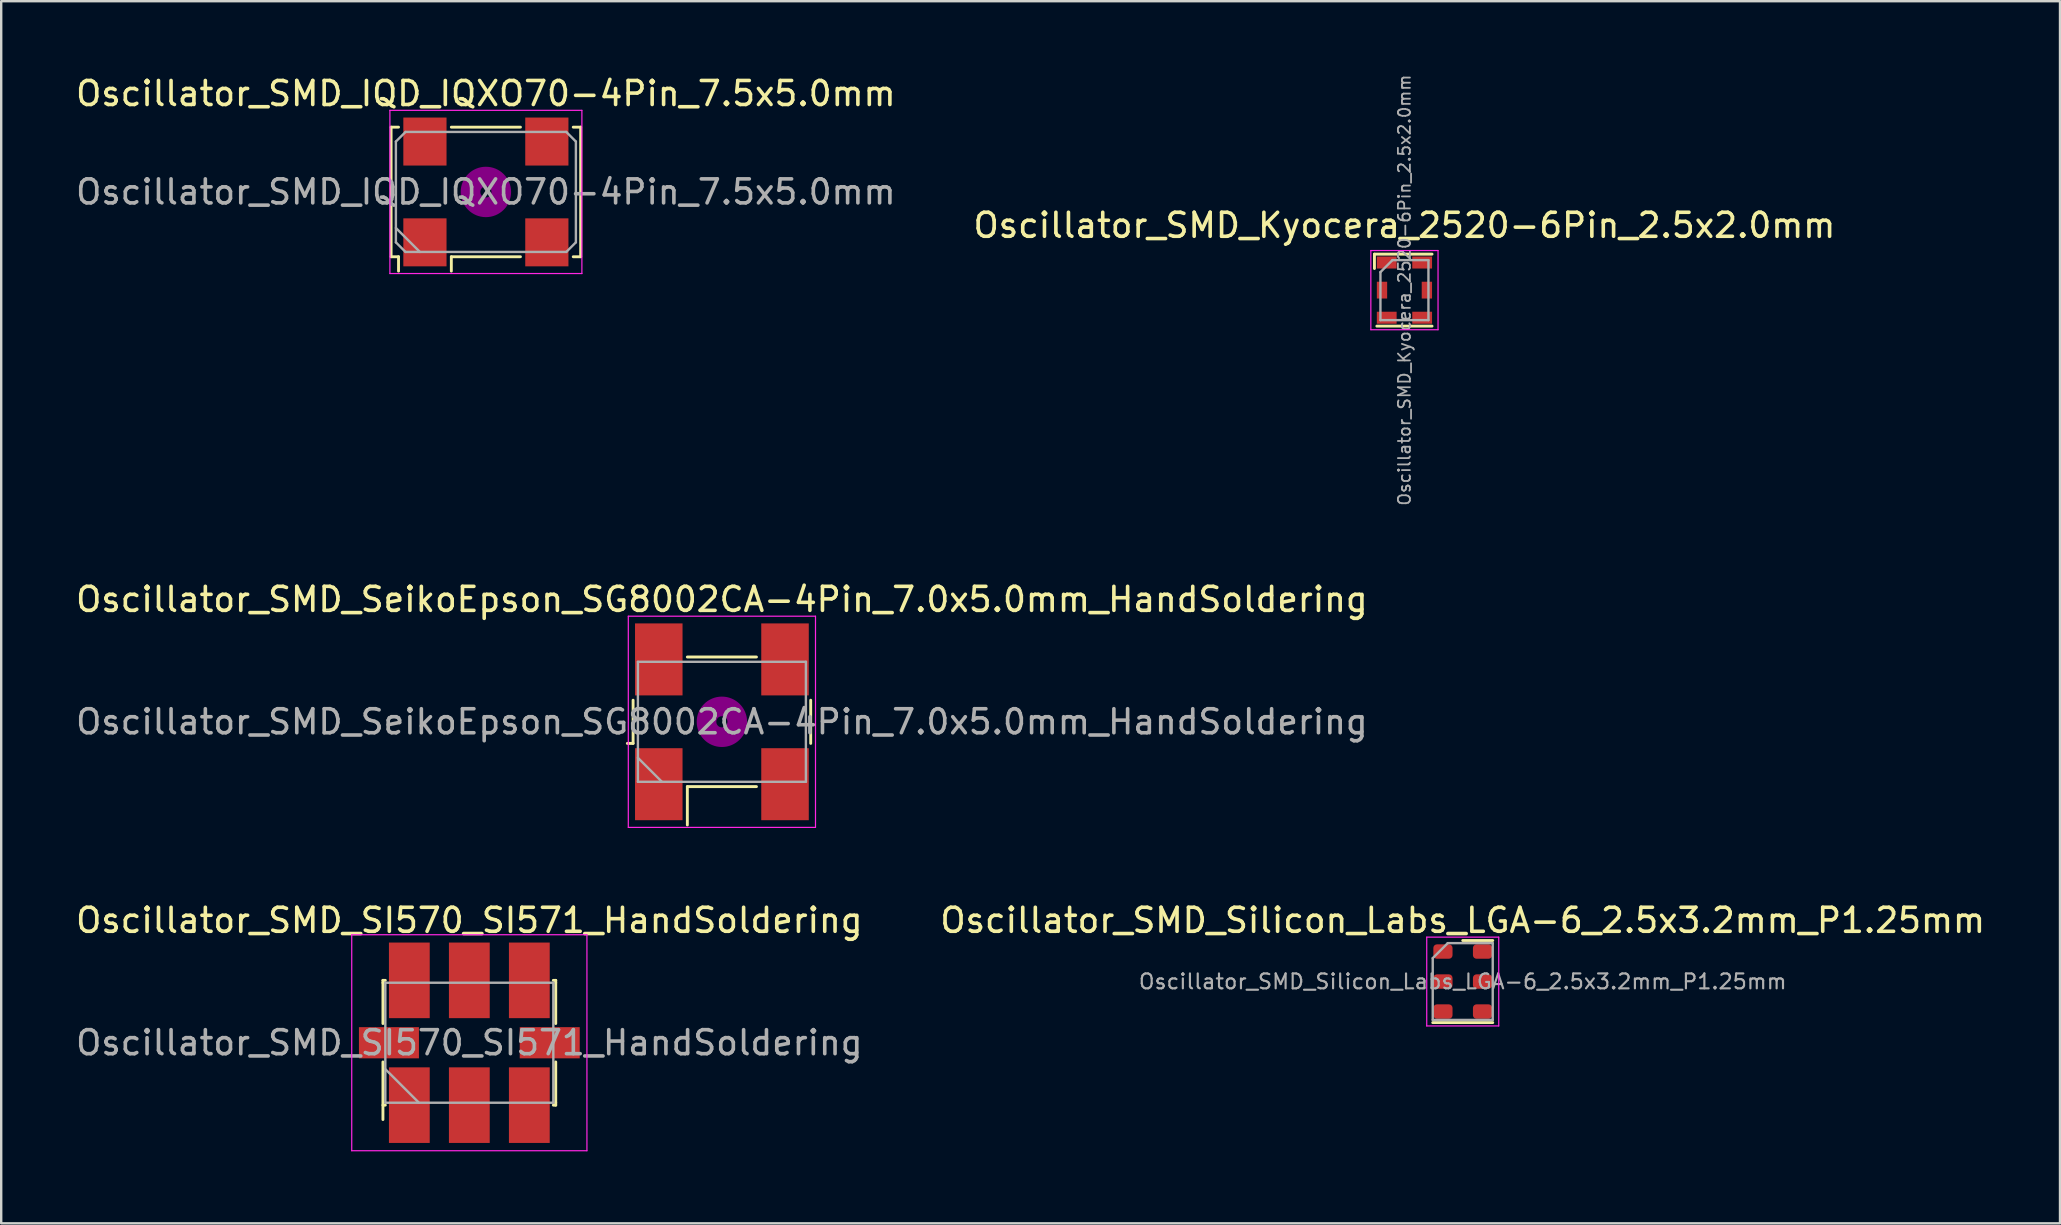
<source format=kicad_pcb>
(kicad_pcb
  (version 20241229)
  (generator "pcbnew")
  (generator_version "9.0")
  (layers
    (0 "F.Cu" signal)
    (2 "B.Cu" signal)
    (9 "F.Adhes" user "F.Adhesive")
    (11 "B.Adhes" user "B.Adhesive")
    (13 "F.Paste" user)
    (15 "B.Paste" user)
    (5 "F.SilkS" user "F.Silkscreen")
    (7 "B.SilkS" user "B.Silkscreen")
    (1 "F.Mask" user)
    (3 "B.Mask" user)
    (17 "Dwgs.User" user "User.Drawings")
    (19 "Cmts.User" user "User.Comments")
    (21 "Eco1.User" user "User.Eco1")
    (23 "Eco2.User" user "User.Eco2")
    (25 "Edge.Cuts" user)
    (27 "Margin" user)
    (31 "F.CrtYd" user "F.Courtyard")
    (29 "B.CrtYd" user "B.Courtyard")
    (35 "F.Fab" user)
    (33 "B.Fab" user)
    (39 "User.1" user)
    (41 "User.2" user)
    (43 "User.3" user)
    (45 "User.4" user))
  (footprint "Oscillator_SMD_Silicon_Labs_LGA-6_2.5x3.2mm_P1.25mm"
    (layer "F.Cu")
    (at 57.899 37.849)
    (property "Reference" "Oscillator_SMD_Silicon_Labs_LGA-6_2.5x3.2mm_P1.25mm" (at 0 -2.55 0) (layer "F.SilkS") (effects (font (size 1 1) (thickness 0.15))))
    (attr smd)
    (fp_line (start -1.25 1.71) (end 1.25 1.71) (stroke (width 0.12) (type solid)) (layer "F.SilkS"))
    (fp_line (start 0 -1.71) (end 1.25 -1.71) (stroke (width 0.12) (type solid)) (layer "F.SilkS"))
    (fp_line (start -1.5 -1.85) (end -1.5 1.85) (stroke (width 0.05) (type solid)) (layer "F.CrtYd"))
    (fp_line (start -1.5 1.85) (end 1.5 1.85) (stroke (width 0.05) (type solid)) (layer "F.CrtYd"))
    (fp_line (start 1.5 -1.85) (end -1.5 -1.85) (stroke (width 0.05) (type solid)) (layer "F.CrtYd"))
    (fp_line (start 1.5 1.85) (end 1.5 -1.85) (stroke (width 0.05) (type solid)) (layer "F.CrtYd"))
    (fp_line (start -1.25 -0.975) (end -0.625 -1.6) (stroke (width 0.1) (type solid)) (layer "F.Fab"))
    (fp_line (start -1.25 1.6) (end -1.25 -0.975) (stroke (width 0.1) (type solid)) (layer "F.Fab"))
    (fp_line (start -0.625 -1.6) (end 1.25 -1.6) (stroke (width 0.1) (type solid)) (layer "F.Fab"))
    (fp_line (start 1.25 -1.6) (end 1.25 1.6) (stroke (width 0.1) (type solid)) (layer "F.Fab"))
    (fp_line (start 1.25 1.6) (end -1.25 1.6) (stroke (width 0.1) (type solid)) (layer "F.Fab"))
    (fp_text user "${REFERENCE}" (at 0 0 0) (layer "F.Fab") (effects (font (size 0.62 0.62) (thickness 0.09))))
    (pad "1" smd roundrect (at -0.825 -1.25) (size 0.8 0.6) (layers "F.Cu" "F.Mask" "F.Paste") (roundrect_rratio 0.25))
    (pad "2" smd roundrect (at -0.825 0) (size 0.8 0.6) (layers "F.Cu" "F.Mask" "F.Paste") (roundrect_rratio 0.25))
    (pad "3" smd roundrect (at -0.825 1.25) (size 0.8 0.6) (layers "F.Cu" "F.Mask" "F.Paste") (roundrect_rratio 0.25))
    (pad "4" smd roundrect (at 0.825 1.25) (size 0.8 0.6) (layers "F.Cu" "F.Mask" "F.Paste") (roundrect_rratio 0.25))
    (pad "5" smd roundrect (at 0.825 0) (size 0.8 0.6) (layers "F.Cu" "F.Mask" "F.Paste") (roundrect_rratio 0.25))
    (pad "6" smd roundrect (at 0.825 -1.25) (size 0.8 0.6) (layers "F.Cu" "F.Mask" "F.Paste") (roundrect_rratio 0.25)))
  (footprint "Oscillator_SMD_Kyocera_2520-6Pin_2.5x2.0mm"
    (layer "F.Cu")
    (at 55.47 9.039)
    (property "Reference" "Oscillator_SMD_Kyocera_2520-6Pin_2.5x2.0mm" (at 0 -2.7 0) (layer "F.SilkS") (effects (font (size 1 1) (thickness 0.15))))
    (attr smd)
    (fp_line (start -1.25 -1.5) (end -1.25 -0.9) (stroke (width 0.12) (type solid)) (layer "F.SilkS"))
    (fp_line (start -1.15 1.5) (end 1.15 1.5) (stroke (width 0.12) (type solid)) (layer "F.SilkS"))
    (fp_line (start 1.15 -1.5) (end -1.25 -1.5) (stroke (width 0.12) (type solid)) (layer "F.SilkS"))
    (fp_line (start -1.4 -1.65) (end 1.4 -1.65) (stroke (width 0.05) (type solid)) (layer "F.CrtYd"))
    (fp_line (start -1.4 1.65) (end -1.4 -1.65) (stroke (width 0.05) (type solid)) (layer "F.CrtYd"))
    (fp_line (start 1.4 -1.65) (end 1.4 1.65) (stroke (width 0.05) (type solid)) (layer "F.CrtYd"))
    (fp_line (start 1.4 1.65) (end -1.4 1.65) (stroke (width 0.05) (type solid)) (layer "F.CrtYd"))
    (fp_line (start -1 -0.75) (end -0.5 -1.25) (stroke (width 0.1) (type solid)) (layer "F.Fab"))
    (fp_line (start -1 1.25) (end -1 -0.75) (stroke (width 0.1) (type solid)) (layer "F.Fab"))
    (fp_line (start -0.5 -1.25) (end 1 -1.25) (stroke (width 0.1) (type solid)) (layer "F.Fab"))
    (fp_line (start 1 -1.25) (end 1 1.25) (stroke (width 0.1) (type solid)) (layer "F.Fab"))
    (fp_line (start 1 1.25) (end -1 1.25) (stroke (width 0.1) (type solid)) (layer "F.Fab"))
    (fp_text user "${REFERENCE}" (at 0 0 90) (layer "F.Fab") (effects (font (size 0.5 0.5) (thickness 0.075))))
    (pad "1" smd rect (at -0.738 -1.15) (size 0.825 0.5) (layers "F.Cu" "F.Mask" "F.Paste"))
    (pad "2" smd rect (at -0.935 0) (size 0.43 0.7) (layers "F.Cu" "F.Mask" "F.Paste"))
    (pad "3" smd rect (at -0.738 1.15) (size 0.825 0.5) (layers "F.Cu" "F.Mask" "F.Paste"))
    (pad "4" smd rect (at 0.738 1.15) (size 0.825 0.5) (layers "F.Cu" "F.Mask" "F.Paste"))
    (pad "5" smd rect (at 0.935 0) (size 0.43 0.7) (layers "F.Cu" "F.Mask" "F.Paste"))
    (pad "6" smd rect (at 0.738 -1.15) (size 0.825 0.5) (layers "F.Cu" "F.Mask" "F.Paste")))
  (footprint "Oscillator_SMD_SI570_SI571_HandSoldering"
    (layer "F.Cu")
    (at 16.506 40.399)
    (property "Reference" "Oscillator_SMD_SI570_SI571_HandSoldering" (at 0 -5.1 0) (layer "F.SilkS") (effects (font (size 1 1) (thickness 0.15))))
    (attr smd)
    (fp_line (start -3.6 -2.6) (end -3.5 -2.6) (stroke (width 0.12) (type solid)) (layer "F.SilkS"))
    (fp_line (start -3.6 -2.5) (end -3.6 -2.6) (stroke (width 0.12) (type solid)) (layer "F.SilkS"))
    (fp_line (start -3.6 -2.5) (end -3.6 -0.8) (stroke (width 0.12) (type solid)) (layer "F.SilkS"))
    (fp_line (start -3.6 0.8) (end -3.6 3.2) (stroke (width 0.12) (type solid)) (layer "F.SilkS"))
    (fp_line (start -3.6 2.6) (end -3.5 2.6) (stroke (width 0.12) (type solid)) (layer "F.SilkS"))
    (fp_line (start 3.6 -2.6) (end 3.5 -2.6) (stroke (width 0.12) (type solid)) (layer "F.SilkS"))
    (fp_line (start 3.6 -2.5) (end 3.6 -2.6) (stroke (width 0.12) (type solid)) (layer "F.SilkS"))
    (fp_line (start 3.6 -0.8) (end 3.6 -2.5) (stroke (width 0.12) (type solid)) (layer "F.SilkS"))
    (fp_line (start 3.6 2.5) (end 3.6 0.8) (stroke (width 0.12) (type solid)) (layer "F.SilkS"))
    (fp_line (start 3.6 2.5) (end 3.6 2.6) (stroke (width 0.12) (type solid)) (layer "F.SilkS"))
    (fp_line (start 3.6 2.6) (end 3.5 2.6) (stroke (width 0.12) (type solid)) (layer "F.SilkS"))
    (fp_line (start -4.9 -4.5) (end 4.9 -4.5) (stroke (width 0.05) (type solid)) (layer "F.CrtYd"))
    (fp_line (start -4.9 4.5) (end -4.9 -4.5) (stroke (width 0.05) (type solid)) (layer "F.CrtYd"))
    (fp_line (start 4.9 -4.5) (end 4.9 4.5) (stroke (width 0.05) (type solid)) (layer "F.CrtYd"))
    (fp_line (start 4.9 4.5) (end -4.9 4.5) (stroke (width 0.05) (type solid)) (layer "F.CrtYd"))
    (fp_line (start -3.5 -2.5) (end -3.5 2.5) (stroke (width 0.1) (type solid)) (layer "F.Fab"))
    (fp_line (start -3.5 1.1) (end -2.1 2.5) (stroke (width 0.1) (type solid)) (layer "F.Fab"))
    (fp_line (start -3.5 2.5) (end 3.5 2.5) (stroke (width 0.1) (type solid)) (layer "F.Fab"))
    (fp_line (start 3.5 -2.5) (end -3.5 -2.5) (stroke (width 0.1) (type solid)) (layer "F.Fab"))
    (fp_line (start 3.5 2.5) (end 3.5 -2.5) (stroke (width 0.1) (type solid)) (layer "F.Fab"))
    (fp_text user "${REFERENCE}" (at 0 0 0) (layer "F.Fab") (effects (font (size 1 1) (thickness 0.15))))
    (pad "1" smd rect (at -2.5 2.6) (size 1.7 3.15) (layers "F.Cu" "F.Mask" "F.Paste"))
    (pad "2" smd rect (at 0 2.6) (size 1.7 3.15) (layers "F.Cu" "F.Mask" "F.Paste"))
    (pad "3" smd rect (at 2.5 2.6) (size 1.7 3.15) (layers "F.Cu" "F.Mask" "F.Paste"))
    (pad "4" smd rect (at 2.5 -2.6) (size 1.7 3.15) (layers "F.Cu" "F.Mask" "F.Paste"))
    (pad "5" smd rect (at 0 -2.6) (size 1.7 3.15) (layers "F.Cu" "F.Mask" "F.Paste"))
    (pad "6" smd rect (at -2.5 -2.6) (size 1.7 3.15) (layers "F.Cu" "F.Mask" "F.Paste"))
    (pad "7" smd rect (at -3.35 0) (size 2.5 1.3) (layers "F.Cu" "F.Mask" "F.Paste"))
    (pad "8" smd rect (at 3.35 0) (size 2.5 1.3) (layers "F.Cu" "F.Mask" "F.Paste")))
  (footprint "Oscillator_SMD_IQD_IQXO70-4Pin_7.5x5.0mm"
    (layer "F.Cu")
    (at 17.196 4.948)
    (property "Reference" "Oscillator_SMD_IQD_IQXO70-4Pin_7.5x5.0mm" (at 0 -4.1 0) (layer "F.SilkS") (effects (font (size 1 1) (thickness 0.15))))
    (attr smd)
    (fp_line (start -3.95 -2.7) (end -3.64 -2.7) (stroke (width 0.12) (type solid)) (layer "F.SilkS"))
    (fp_line (start -3.95 2.7) (end -3.95 -2.7) (stroke (width 0.12) (type solid)) (layer "F.SilkS"))
    (fp_line (start -3.64 2.7) (end -3.95 2.7) (stroke (width 0.12) (type solid)) (layer "F.SilkS"))
    (fp_line (start -3.64 3.3) (end -3.64 2.7) (stroke (width 0.12) (type solid)) (layer "F.SilkS"))
    (fp_line (start -1.44 -2.7) (end 1.44 -2.7) (stroke (width 0.12) (type solid)) (layer "F.SilkS"))
    (fp_line (start -1.44 2.7) (end -1.44 3.3) (stroke (width 0.12) (type solid)) (layer "F.SilkS"))
    (fp_line (start 1.44 2.7) (end -1.44 2.7) (stroke (width 0.12) (type solid)) (layer "F.SilkS"))
    (fp_line (start 3.64 -2.7) (end 3.95 -2.7) (stroke (width 0.12) (type solid)) (layer "F.SilkS"))
    (fp_line (start 3.95 -2.7) (end 3.95 2.7) (stroke (width 0.12) (type solid)) (layer "F.SilkS"))
    (fp_line (start 3.95 2.7) (end 3.64 2.7) (stroke (width 0.12) (type solid)) (layer "F.SilkS"))
    (fp_circle (center 0 0) (end 0.233 0) (stroke (width 0.467) (type solid)) (fill no) (layer "F.Adhes"))
    (fp_circle (center 0 0) (end 0.533 0) (stroke (width 0.333) (type solid)) (fill no) (layer "F.Adhes"))
    (fp_circle (center 0 0) (end 0.833 0) (stroke (width 0.333) (type solid)) (fill no) (layer "F.Adhes"))
    (fp_circle (center 0 0) (end 1 0) (stroke (width 0.1) (type solid)) (fill no) (layer "F.Adhes"))
    (fp_line (start -4 -3.4) (end -4 3.4) (stroke (width 0.05) (type solid)) (layer "F.CrtYd"))
    (fp_line (start -4 3.4) (end 4 3.4) (stroke (width 0.05) (type solid)) (layer "F.CrtYd"))
    (fp_line (start 4 -3.4) (end -4 -3.4) (stroke (width 0.05) (type solid)) (layer "F.CrtYd"))
    (fp_line (start 4 3.4) (end 4 -3.4) (stroke (width 0.05) (type solid)) (layer "F.CrtYd"))
    (fp_line (start -3.75 -2.1) (end -3.35 -2.5) (stroke (width 0.1) (type solid)) (layer "F.Fab"))
    (fp_line (start -3.75 1.5) (end -2.75 2.5) (stroke (width 0.1) (type solid)) (layer "F.Fab"))
    (fp_line (start -3.75 2.1) (end -3.75 -2.1) (stroke (width 0.1) (type solid)) (layer "F.Fab"))
    (fp_line (start -3.35 -2.5) (end 3.35 -2.5) (stroke (width 0.1) (type solid)) (layer "F.Fab"))
    (fp_line (start -3.35 2.5) (end -3.75 2.1) (stroke (width 0.1) (type solid)) (layer "F.Fab"))
    (fp_line (start 3.35 -2.5) (end 3.75 -2.1) (stroke (width 0.1) (type solid)) (layer "F.Fab"))
    (fp_line (start 3.35 2.5) (end -3.35 2.5) (stroke (width 0.1) (type solid)) (layer "F.Fab"))
    (fp_line (start 3.75 -2.1) (end 3.75 2.1) (stroke (width 0.1) (type solid)) (layer "F.Fab"))
    (fp_line (start 3.75 2.1) (end 3.35 2.5) (stroke (width 0.1) (type solid)) (layer "F.Fab"))
    (fp_text user "${REFERENCE}" (at 0 0 0) (layer "F.Fab") (effects (font (size 1 1) (thickness 0.15))))
    (pad "1" smd rect (at -2.54 2.1) (size 1.8 2) (layers "F.Cu" "F.Mask" "F.Paste"))
    (pad "2" smd rect (at 2.54 2.1) (size 1.8 2) (layers "F.Cu" "F.Mask" "F.Paste"))
    (pad "3" smd rect (at 2.54 -2.1) (size 1.8 2) (layers "F.Cu" "F.Mask" "F.Paste"))
    (pad "4" smd rect (at -2.54 -2.1) (size 1.8 2) (layers "F.Cu" "F.Mask" "F.Paste")))
  (footprint "Oscillator_SMD_SeikoEpson_SG8002CA-4Pin_7.0x5.0mm_HandSoldering"
    (layer "F.Cu")
    (at 27.03 27.026)
    (property "Reference" "Oscillator_SMD_SeikoEpson_SG8002CA-4Pin_7.0x5.0mm_HandSoldering" (at 0 -5.1 0) (layer "F.SilkS") (effects (font (size 1 1) (thickness 0.15))))
    (attr smd)
    (fp_line (start -3.94 0.9) (end -3.7 0.9) (stroke (width 0.12) (type solid)) (layer "F.SilkS"))
    (fp_line (start -3.7 0.9) (end -3.7 -0.9) (stroke (width 0.12) (type solid)) (layer "F.SilkS"))
    (fp_line (start -1.44 -2.7) (end 1.44 -2.7) (stroke (width 0.12) (type solid)) (layer "F.SilkS"))
    (fp_line (start -1.44 2.7) (end -1.44 4.3) (stroke (width 0.12) (type solid)) (layer "F.SilkS"))
    (fp_line (start 1.44 2.7) (end -1.44 2.7) (stroke (width 0.12) (type solid)) (layer "F.SilkS"))
    (fp_line (start 3.7 -0.9) (end 3.7 0.9) (stroke (width 0.12) (type solid)) (layer "F.SilkS"))
    (fp_circle (center 0 0) (end 0.233 0) (stroke (width 0.467) (type solid)) (fill no) (layer "F.Adhes"))
    (fp_circle (center 0 0) (end 0.533 0) (stroke (width 0.333) (type solid)) (fill no) (layer "F.Adhes"))
    (fp_circle (center 0 0) (end 0.833 0) (stroke (width 0.333) (type solid)) (fill no) (layer "F.Adhes"))
    (fp_circle (center 0 0) (end 1 0) (stroke (width 0.1) (type solid)) (fill no) (layer "F.Adhes"))
    (fp_line (start -3.9 -4.4) (end -3.9 4.4) (stroke (width 0.05) (type solid)) (layer "F.CrtYd"))
    (fp_line (start -3.9 4.4) (end 3.9 4.4) (stroke (width 0.05) (type solid)) (layer "F.CrtYd"))
    (fp_line (start 3.9 -4.4) (end -3.9 -4.4) (stroke (width 0.05) (type solid)) (layer "F.CrtYd"))
    (fp_line (start 3.9 4.4) (end 3.9 -4.4) (stroke (width 0.05) (type solid)) (layer "F.CrtYd"))
    (fp_line (start -3.5 -2.5) (end -3.5 2.5) (stroke (width 0.1) (type solid)) (layer "F.Fab"))
    (fp_line (start -3.5 1.5) (end -2.5 2.5) (stroke (width 0.1) (type solid)) (layer "F.Fab"))
    (fp_line (start -3.5 2.5) (end 3.5 2.5) (stroke (width 0.1) (type solid)) (layer "F.Fab"))
    (fp_line (start 3.5 -2.5) (end -3.5 -2.5) (stroke (width 0.1) (type solid)) (layer "F.Fab"))
    (fp_line (start 3.5 2.5) (end 3.5 -2.5) (stroke (width 0.1) (type solid)) (layer "F.Fab"))
    (fp_text user "${REFERENCE}" (at 0 0 0) (layer "F.Fab") (effects (font (size 1 1) (thickness 0.15))))
    (pad "1" smd rect (at -2.63 2.6) (size 1.98 3) (layers "F.Cu" "F.Mask" "F.Paste"))
    (pad "2" smd rect (at 2.63 2.6) (size 1.98 3) (layers "F.Cu" "F.Mask" "F.Paste"))
    (pad "3" smd rect (at 2.63 -2.6) (size 1.98 3) (layers "F.Cu" "F.Mask" "F.Paste"))
    (pad "4" smd rect (at -2.63 -2.6) (size 1.98 3) (layers "F.Cu" "F.Mask" "F.Paste")))
  (gr_rect
    (start -3 -3)
    (end 82.786 47.924)
    (stroke (width 0.1) (type default))
    (fill no)
    (layer "Edge.Cuts")))
</source>
